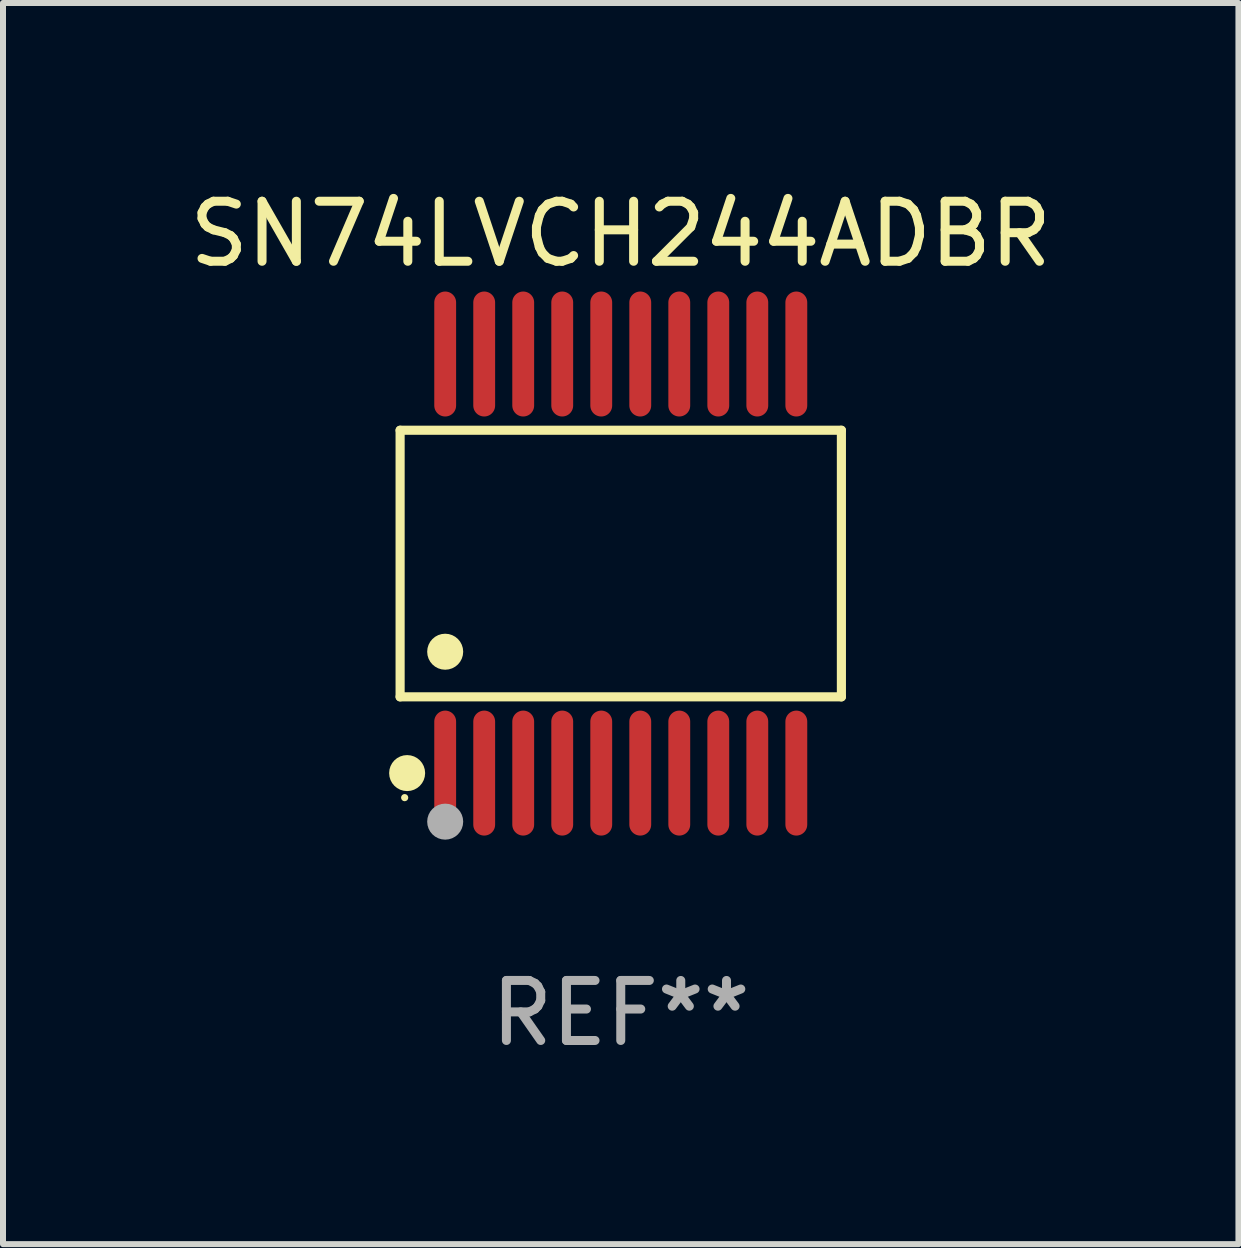
<source format=kicad_pcb>
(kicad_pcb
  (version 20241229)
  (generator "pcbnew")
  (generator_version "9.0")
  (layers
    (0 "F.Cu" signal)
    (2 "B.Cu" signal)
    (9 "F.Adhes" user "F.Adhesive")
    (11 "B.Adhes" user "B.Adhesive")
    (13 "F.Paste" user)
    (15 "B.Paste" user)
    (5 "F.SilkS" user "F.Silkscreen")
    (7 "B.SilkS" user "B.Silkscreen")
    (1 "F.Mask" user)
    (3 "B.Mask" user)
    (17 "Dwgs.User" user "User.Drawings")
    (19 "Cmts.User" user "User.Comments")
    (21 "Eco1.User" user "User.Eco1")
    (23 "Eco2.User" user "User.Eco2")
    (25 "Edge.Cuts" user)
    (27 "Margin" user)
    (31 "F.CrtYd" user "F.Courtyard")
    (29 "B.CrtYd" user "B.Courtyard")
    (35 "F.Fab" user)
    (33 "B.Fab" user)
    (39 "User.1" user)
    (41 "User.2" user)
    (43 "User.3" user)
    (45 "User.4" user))
  (footprint "SN74LVCH244ADBR"
    (layer "F.Cu")
    (at 7.292 6.339)
    (property "Reference" "SN74LVCH244ADBR" (at 0 -5.491 0) (layer "F.SilkS") (effects (font (size 1 1) (thickness 0.15))))
    (attr through_hole)
    (fp_line (start -3.676 -2.221) (end 3.676 -2.221) (stroke (width 0.152) (type solid)) (layer "F.SilkS"))
    (fp_line (start -3.676 2.221) (end -3.676 -2.221) (stroke (width 0.152) (type solid)) (layer "F.SilkS"))
    (fp_line (start 3.676 -2.221) (end 3.676 2.221) (stroke (width 0.152) (type solid)) (layer "F.SilkS"))
    (fp_line (start 3.676 2.221) (end -3.676 2.221) (stroke (width 0.152) (type solid)) (layer "F.SilkS"))
    (fp_circle (center -3.6 3.9) (end -3.57 3.9) (stroke (width 0.06) (type solid)) (fill no) (layer "F.SilkS"))
    (fp_circle (center -3.559 3.491) (end -3.409 3.491) (stroke (width 0.3) (type solid)) (fill no) (layer "F.SilkS"))
    (fp_circle (center -2.925 1.469) (end -2.775 1.469) (stroke (width 0.3) (type solid)) (fill no) (layer "F.SilkS"))
    (fp_circle (center -2.925 4.3) (end -2.775 4.3) (stroke (width 0.3) (type solid)) (fill no) (layer "F.Fab"))
    (fp_text user "REF**" (at 0 7.491 0) (layer "F.Fab") (effects (font (size 1 1) (thickness 0.15))))
    (pad "1" smd oval (at -2.925 3.491) (size 0.364 2.082) (layers "F.Cu" "F.Mask" "F.Paste"))
    (pad "2" smd oval (at -2.275 3.491) (size 0.364 2.082) (layers "F.Cu" "F.Mask" "F.Paste"))
    (pad "3" smd oval (at -1.625 3.491) (size 0.364 2.082) (layers "F.Cu" "F.Mask" "F.Paste"))
    (pad "4" smd oval (at -0.975 3.491) (size 0.364 2.082) (layers "F.Cu" "F.Mask" "F.Paste"))
    (pad "5" smd oval (at -0.325 3.491) (size 0.364 2.082) (layers "F.Cu" "F.Mask" "F.Paste"))
    (pad "6" smd oval (at 0.325 3.491) (size 0.364 2.082) (layers "F.Cu" "F.Mask" "F.Paste"))
    (pad "7" smd oval (at 0.975 3.491) (size 0.364 2.082) (layers "F.Cu" "F.Mask" "F.Paste"))
    (pad "8" smd oval (at 1.625 3.491) (size 0.364 2.082) (layers "F.Cu" "F.Mask" "F.Paste"))
    (pad "9" smd oval (at 2.275 3.491) (size 0.364 2.082) (layers "F.Cu" "F.Mask" "F.Paste"))
    (pad "10" smd oval (at 2.925 3.491) (size 0.364 2.082) (layers "F.Cu" "F.Mask" "F.Paste"))
    (pad "11" smd oval (at 2.925 -3.491) (size 0.364 2.082) (layers "F.Cu" "F.Mask" "F.Paste"))
    (pad "12" smd oval (at 2.275 -3.491) (size 0.364 2.082) (layers "F.Cu" "F.Mask" "F.Paste"))
    (pad "13" smd oval (at 1.625 -3.491) (size 0.364 2.082) (layers "F.Cu" "F.Mask" "F.Paste"))
    (pad "14" smd oval (at 0.975 -3.491) (size 0.364 2.082) (layers "F.Cu" "F.Mask" "F.Paste"))
    (pad "15" smd oval (at 0.325 -3.491) (size 0.364 2.082) (layers "F.Cu" "F.Mask" "F.Paste"))
    (pad "16" smd oval (at -0.325 -3.491) (size 0.364 2.082) (layers "F.Cu" "F.Mask" "F.Paste"))
    (pad "17" smd oval (at -0.975 -3.491) (size 0.364 2.082) (layers "F.Cu" "F.Mask" "F.Paste"))
    (pad "18" smd oval (at -1.625 -3.491) (size 0.364 2.082) (layers "F.Cu" "F.Mask" "F.Paste"))
    (pad "19" smd oval (at -2.275 -3.491) (size 0.364 2.082) (layers "F.Cu" "F.Mask" "F.Paste"))
    (pad "20" smd oval (at -2.925 -3.491) (size 0.364 2.082) (layers "F.Cu" "F.Mask" "F.Paste")))
  (gr_rect
    (start -3 -3)
    (end 17.583 17.678)
    (stroke (width 0.1) (type default))
    (fill no)
    (layer "Edge.Cuts")))
</source>
